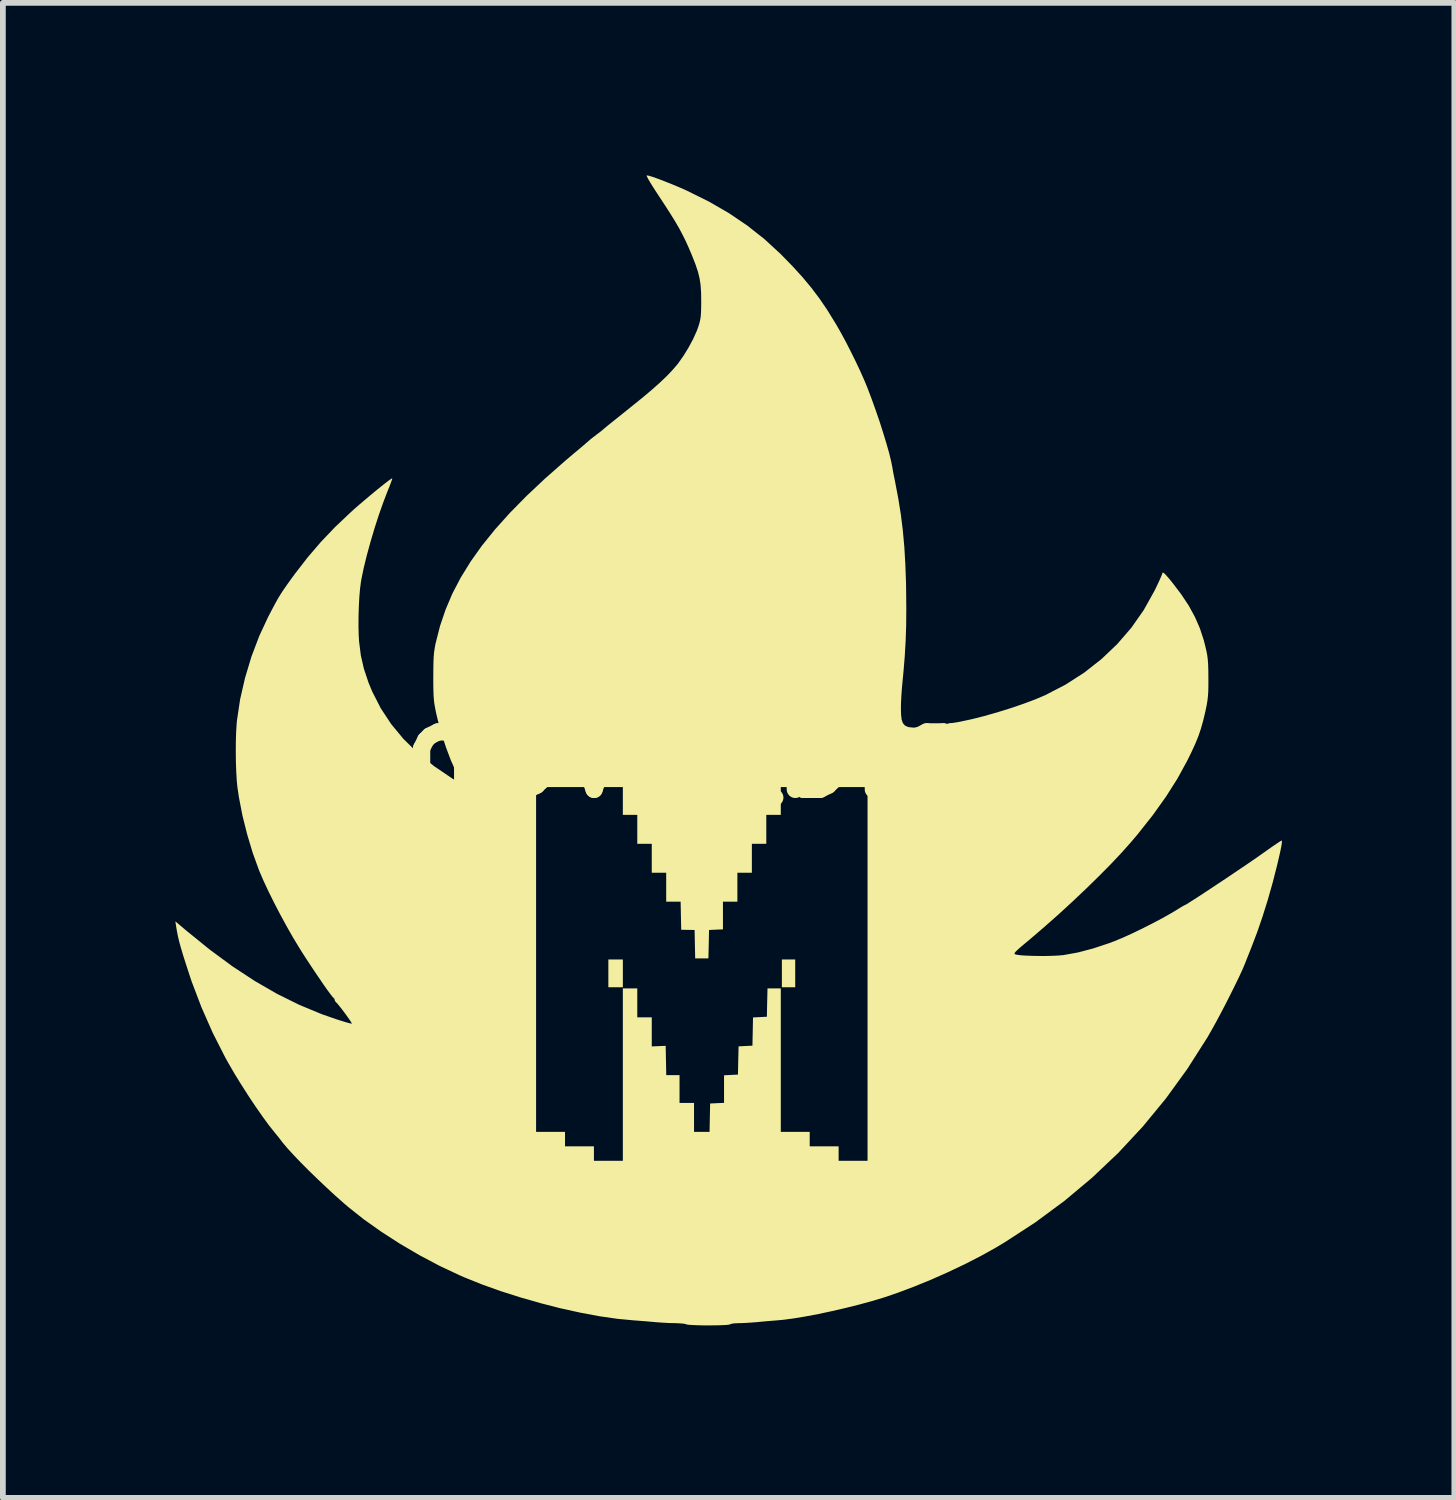
<source format=kicad_pcb>
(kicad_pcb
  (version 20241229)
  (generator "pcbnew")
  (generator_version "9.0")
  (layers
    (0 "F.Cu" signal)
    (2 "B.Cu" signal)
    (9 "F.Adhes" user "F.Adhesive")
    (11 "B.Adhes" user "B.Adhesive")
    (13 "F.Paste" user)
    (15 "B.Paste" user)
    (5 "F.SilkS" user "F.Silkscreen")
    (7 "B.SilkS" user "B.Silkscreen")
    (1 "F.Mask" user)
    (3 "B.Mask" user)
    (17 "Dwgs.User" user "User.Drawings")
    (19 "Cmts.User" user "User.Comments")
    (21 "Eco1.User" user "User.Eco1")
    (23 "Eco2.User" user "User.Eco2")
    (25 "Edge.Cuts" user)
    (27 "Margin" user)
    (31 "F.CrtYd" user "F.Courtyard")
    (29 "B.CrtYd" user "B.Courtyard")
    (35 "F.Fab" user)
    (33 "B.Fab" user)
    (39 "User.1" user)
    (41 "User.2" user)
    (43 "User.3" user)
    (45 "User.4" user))
  (footprint "logov1_bigger"
    (layer "F.Cu")
    (at 9.64 10.001)
    (property "Reference" "logov1_bigger" (at 0 0 0) (layer "F.SilkS") (effects (font (size 1.5 1.5) (thickness 0.3))))
    (attr board_only exclude_from_pos_files exclude_from_bom)
    (fp_poly (pts (xy -1.857 3.879) (xy -1.857 4.12) (xy -1.983 4.12) (xy -2.109 4.12) (xy -2.109 3.879) (xy -2.109 3.637) (xy -1.983 3.637) (xy -1.857 3.637)) (stroke (width 0) (type solid)) (fill yes) (layer "F.SilkS"))
    (fp_poly (pts (xy 1.141 3.879) (xy 1.141 4.12) (xy 1.025 4.12) (xy 0.909 4.12) (xy 0.909 3.879) (xy 0.909 3.637) (xy 1.025 3.637) (xy 1.141 3.637)) (stroke (width 0) (type solid)) (fill yes) (layer "F.SilkS"))
    (fp_poly (pts (xy -1.404 -9.994) (xy -1.338 -9.974) (xy -1.25 -9.943) (xy -1.146 -9.903) (xy -1.033 -9.859) (xy -0.917 -9.811) (xy -0.805 -9.763) (xy -0.742 -9.734) (xy -0.362 -9.546) (xy -0.014 -9.345) (xy 0.307 -9.128) (xy 0.606 -8.892) (xy 0.887 -8.633) (xy 0.901 -8.619) (xy 1.098 -8.417) (xy 1.27 -8.228) (xy 1.423 -8.044) (xy 1.564 -7.857) (xy 1.7 -7.657) (xy 1.836 -7.436) (xy 1.855 -7.405) (xy 1.935 -7.265) (xy 2.022 -7.104) (xy 2.111 -6.93) (xy 2.198 -6.753) (xy 2.278 -6.583) (xy 2.346 -6.429) (xy 2.389 -6.326) (xy 2.466 -6.124) (xy 2.54 -5.918) (xy 2.61 -5.714) (xy 2.673 -5.516) (xy 2.729 -5.332) (xy 2.776 -5.166) (xy 2.81 -5.025) (xy 2.832 -4.914) (xy 2.84 -4.865) (xy 2.854 -4.79) (xy 2.872 -4.704) (xy 2.88 -4.662) (xy 2.934 -4.378) (xy 2.978 -4.104) (xy 3.012 -3.829) (xy 3.038 -3.546) (xy 3.056 -3.246) (xy 3.068 -2.919) (xy 3.07 -2.795) (xy 3.073 -2.476) (xy 3.071 -2.184) (xy 3.062 -1.908) (xy 3.046 -1.636) (xy 3.023 -1.358) (xy 3.007 -1.192) (xy 2.996 -1.073) (xy 2.987 -0.945) (xy 2.981 -0.826) (xy 2.979 -0.732) (xy 2.982 -0.622) (xy 2.992 -0.536) (xy 3.014 -0.473) (xy 3.052 -0.43) (xy 3.109 -0.405) (xy 3.191 -0.396) (xy 3.3 -0.399) (xy 3.442 -0.414) (xy 3.521 -0.425) (xy 3.642 -0.441) (xy 3.764 -0.459) (xy 3.875 -0.476) (xy 3.963 -0.49) (xy 3.995 -0.496) (xy 4.197 -0.539) (xy 4.418 -0.594) (xy 4.65 -0.66) (xy 4.882 -0.732) (xy 5.105 -0.808) (xy 5.309 -0.884) (xy 5.486 -0.959) (xy 5.494 -0.963) (xy 5.844 -1.144) (xy 6.17 -1.354) (xy 6.47 -1.59) (xy 6.744 -1.851) (xy 6.989 -2.135) (xy 7.203 -2.441) (xy 7.385 -2.767) (xy 7.391 -2.778) (xy 7.437 -2.873) (xy 7.476 -2.957) (xy 7.505 -3.023) (xy 7.522 -3.064) (xy 7.525 -3.074) (xy 7.53 -3.092) (xy 7.548 -3.088) (xy 7.58 -3.059) (xy 7.63 -3.003) (xy 7.694 -2.926) (xy 7.855 -2.714) (xy 7.987 -2.515) (xy 8.093 -2.32) (xy 8.179 -2.123) (xy 8.247 -1.916) (xy 8.274 -1.809) (xy 8.294 -1.724) (xy 8.308 -1.649) (xy 8.317 -1.574) (xy 8.323 -1.491) (xy 8.326 -1.388) (xy 8.327 -1.257) (xy 8.327 -1.127) (xy 8.325 -1.024) (xy 8.319 -0.939) (xy 8.31 -0.861) (xy 8.296 -0.779) (xy 8.276 -0.683) (xy 8.272 -0.667) (xy 8.236 -0.514) (xy 8.197 -0.377) (xy 8.153 -0.247) (xy 8.098 -0.112) (xy 8.03 0.036) (xy 7.957 0.184) (xy 7.789 0.491) (xy 7.591 0.803) (xy 7.363 1.123) (xy 7.102 1.453) (xy 6.981 1.596) (xy 6.82 1.777) (xy 6.633 1.976) (xy 6.423 2.188) (xy 6.197 2.409) (xy 5.959 2.634) (xy 5.714 2.859) (xy 5.466 3.078) (xy 5.221 3.288) (xy 5.14 3.355) (xy 5.057 3.425) (xy 5.001 3.475) (xy 4.968 3.508) (xy 4.955 3.53) (xy 4.959 3.543) (xy 4.964 3.546) (xy 5.001 3.556) (xy 5.068 3.564) (xy 5.16 3.57) (xy 5.268 3.574) (xy 5.385 3.576) (xy 5.505 3.576) (xy 5.619 3.573) (xy 5.72 3.568) (xy 5.801 3.561) (xy 5.809 3.56) (xy 6.058 3.515) (xy 6.325 3.445) (xy 6.601 3.353) (xy 6.699 3.316) (xy 6.843 3.256) (xy 7.008 3.181) (xy 7.184 3.096) (xy 7.361 3.006) (xy 7.529 2.917) (xy 7.678 2.833) (xy 7.762 2.783) (xy 7.829 2.741) (xy 7.883 2.709) (xy 7.916 2.691) (xy 7.922 2.689) (xy 7.942 2.679) (xy 7.99 2.649) (xy 8.062 2.603) (xy 8.154 2.544) (xy 8.262 2.473) (xy 8.382 2.394) (xy 8.51 2.309) (xy 8.641 2.222) (xy 8.772 2.134) (xy 8.899 2.048) (xy 9.018 1.968) (xy 9.124 1.895) (xy 9.214 1.832) (xy 9.247 1.809) (xy 9.347 1.738) (xy 9.437 1.675) (xy 9.512 1.624) (xy 9.566 1.588) (xy 9.595 1.569) (xy 9.599 1.568) (xy 9.606 1.579) (xy 9.604 1.617) (xy 9.593 1.683) (xy 9.573 1.78) (xy 9.543 1.91) (xy 9.525 1.987) (xy 9.448 2.29) (xy 9.362 2.594) (xy 9.27 2.888) (xy 9.176 3.162) (xy 9.091 3.385) (xy 9.053 3.483) (xy 9.012 3.585) (xy 8.976 3.676) (xy 8.965 3.705) (xy 8.924 3.802) (xy 8.867 3.927) (xy 8.797 4.071) (xy 8.719 4.229) (xy 8.635 4.395) (xy 8.549 4.56) (xy 8.464 4.719) (xy 8.383 4.865) (xy 8.311 4.991) (xy 8.302 5.005) (xy 7.959 5.543) (xy 7.587 6.056) (xy 7.188 6.541) (xy 6.761 7) (xy 6.306 7.431) (xy 5.824 7.835) (xy 5.315 8.211) (xy 4.78 8.559) (xy 4.614 8.658) (xy 4.367 8.795) (xy 4.092 8.936) (xy 3.801 9.074) (xy 3.502 9.207) (xy 3.205 9.328) (xy 2.921 9.435) (xy 2.689 9.514) (xy 2.479 9.577) (xy 2.253 9.639) (xy 2.017 9.698) (xy 1.779 9.753) (xy 1.546 9.803) (xy 1.323 9.845) (xy 1.119 9.879) (xy 0.94 9.903) (xy 0.832 9.913) (xy 0.745 9.92) (xy 0.637 9.929) (xy 0.529 9.939) (xy 0.493 9.943) (xy 0.39 9.951) (xy 0.283 9.958) (xy 0.189 9.962) (xy 0.161 9.962) (xy 0.091 9.965) (xy 0.037 9.972) (xy 0.01 9.981) (xy 0.01 9.982) (xy -0.013 9.989) (xy -0.067 9.994) (xy -0.145 9.998) (xy -0.24 10) (xy -0.344 10.001) (xy -0.45 10.001) (xy -0.55 9.999) (xy -0.639 9.995) (xy -0.707 9.991) (xy -0.748 9.985) (xy -0.754 9.982) (xy -0.786 9.973) (xy -0.846 9.967) (xy -0.922 9.963) (xy -0.948 9.962) (xy -1.048 9.96) (xy -1.164 9.954) (xy -1.275 9.946) (xy -1.296 9.944) (xy -1.407 9.934) (xy -1.532 9.924) (xy -1.647 9.915) (xy -1.664 9.914) (xy -1.95 9.887) (xy -2.263 9.842) (xy -2.595 9.78) (xy -2.94 9.704) (xy -3.291 9.614) (xy -3.64 9.514) (xy -3.982 9.405) (xy -4.31 9.288) (xy -4.615 9.165) (xy -4.691 9.132) (xy -5.042 8.967) (xy -5.391 8.782) (xy -5.733 8.582) (xy -6.06 8.371) (xy -6.365 8.155) (xy -6.64 7.936) (xy -6.701 7.884) (xy -6.857 7.746) (xy -7.014 7.601) (xy -7.17 7.453) (xy -7.32 7.308) (xy -7.459 7.168) (xy -7.583 7.038) (xy -7.688 6.924) (xy -7.769 6.828) (xy -7.796 6.793) (xy -7.838 6.738) (xy -7.889 6.675) (xy -7.912 6.647) (xy -8.011 6.523) (xy -8.122 6.371) (xy -8.242 6.199) (xy -8.366 6.013) (xy -8.489 5.821) (xy -8.607 5.63) (xy -8.714 5.446) (xy -8.772 5.342) (xy -8.991 4.911) (xy -9.187 4.466) (xy -9.357 4.019) (xy -9.391 3.917) (xy -9.452 3.73) (xy -9.502 3.574) (xy -9.541 3.443) (xy -9.572 3.332) (xy -9.595 3.234) (xy -9.613 3.144) (xy -9.627 3.059) (xy -9.64 2.974) (xy -9.448 3.136) (xy -9.045 3.463) (xy -8.649 3.755) (xy -8.259 4.011) (xy -7.871 4.235) (xy -7.485 4.426) (xy -7.097 4.587) (xy -6.848 4.674) (xy -6.754 4.704) (xy -6.672 4.729) (xy -6.61 4.746) (xy -6.576 4.754) (xy -6.571 4.754) (xy -6.577 4.738) (xy -6.601 4.699) (xy -6.639 4.644) (xy -6.685 4.58) (xy -6.734 4.515) (xy -6.781 4.455) (xy -6.82 4.407) (xy -6.847 4.379) (xy -6.852 4.375) (xy -6.866 4.353) (xy -6.867 4.343) (xy -6.877 4.315) (xy -6.883 4.311) (xy -6.903 4.291) (xy -6.94 4.244) (xy -6.993 4.172) (xy -7.057 4.082) (xy -7.129 3.976) (xy -7.208 3.86) (xy -7.289 3.738) (xy -7.37 3.615) (xy -7.447 3.495) (xy -7.497 3.414) (xy -7.601 3.242) (xy -7.709 3.051) (xy -7.819 2.849) (xy -7.925 2.645) (xy -8.023 2.447) (xy -8.109 2.263) (xy -8.178 2.102) (xy -8.186 2.082) (xy -8.294 1.784) (xy -8.39 1.465) (xy -8.472 1.139) (xy -8.534 0.819) (xy -8.559 0.652) (xy -8.561 0.638) (xy -3.366 0.638) (xy -3.366 3.637) (xy -3.366 6.635) (xy -3.115 6.635) (xy -2.863 6.635) (xy -2.863 6.761) (xy -2.863 6.887) (xy -2.612 6.887) (xy -2.36 6.887) (xy -2.36 7.013) (xy -2.36 7.138) (xy -2.109 7.138) (xy -1.857 7.138) (xy -1.857 5.639) (xy -1.857 4.14) (xy -1.731 4.14) (xy -1.606 4.14) (xy -1.606 4.391) (xy -1.606 4.643) (xy -1.48 4.643) (xy -1.354 4.643) (xy -1.354 4.896) (xy -1.354 5.149) (xy -1.233 5.144) (xy -1.112 5.139) (xy -1.107 5.394) (xy -1.102 5.649) (xy -0.986 5.649) (xy -0.871 5.649) (xy -0.871 5.891) (xy -0.871 6.132) (xy -0.745 6.132) (xy -0.619 6.132) (xy -0.619 6.384) (xy -0.619 6.635) (xy -0.484 6.635) (xy -0.349 6.635) (xy -0.344 6.389) (xy -0.339 6.142) (xy -0.218 6.136) (xy -0.097 6.131) (xy -0.097 5.891) (xy -0.097 5.651) (xy 0.024 5.645) (xy 0.145 5.639) (xy 0.15 5.393) (xy 0.156 5.148) (xy 0.276 5.142) (xy 0.397 5.136) (xy 0.402 4.89) (xy 0.407 4.645) (xy 0.528 4.639) (xy 0.648 4.633) (xy 0.653 4.386) (xy 0.659 4.14) (xy 0.774 4.14) (xy 0.89 4.14) (xy 0.89 5.388) (xy 0.89 6.635) (xy 1.141 6.635) (xy 1.393 6.635) (xy 1.393 6.761) (xy 1.393 6.887) (xy 1.644 6.887) (xy 1.896 6.887) (xy 1.896 7.013) (xy 1.896 7.138) (xy 2.147 7.138) (xy 2.399 7.138) (xy 2.399 3.888) (xy 2.399 0.638) (xy 1.644 0.638) (xy 0.89 0.638) (xy 0.89 0.88) (xy 0.89 1.122) (xy 0.764 1.122) (xy 0.638 1.122) (xy 0.638 1.373) (xy 0.638 1.625) (xy 0.513 1.625) (xy 0.387 1.625) (xy 0.387 1.876) (xy 0.387 2.128) (xy 0.261 2.128) (xy 0.135 2.128) (xy 0.135 2.379) (xy 0.135 2.631) (xy 0.01 2.631) (xy -0.116 2.631) (xy -0.116 2.872) (xy -0.116 3.113) (xy -0.237 3.118) (xy -0.358 3.124) (xy -0.363 3.371) (xy -0.369 3.618) (xy -0.484 3.618) (xy -0.599 3.618) (xy -0.604 3.371) (xy -0.609 3.124) (xy -0.725 3.122) (xy -0.842 3.12) (xy -0.847 2.876) (xy -0.852 2.631) (xy -0.978 2.631) (xy -1.103 2.631) (xy -1.103 2.379) (xy -1.103 2.128) (xy -1.228 2.128) (xy -1.354 2.128) (xy -1.354 1.876) (xy -1.354 1.625) (xy -1.48 1.625) (xy -1.606 1.625) (xy -1.606 1.373) (xy -1.606 1.122) (xy -1.731 1.122) (xy -1.857 1.122) (xy -1.857 0.88) (xy -1.857 0.638) (xy -2.612 0.638) (xy -3.366 0.638) (xy -8.561 0.638) (xy -8.572 0.527) (xy -8.581 0.374) (xy -8.587 0.203) (xy -8.589 0.023) (xy -8.588 -0.154) (xy -8.583 -0.32) (xy -8.574 -0.463) (xy -8.569 -0.518) (xy -8.514 -0.886) (xy -8.428 -1.261) (xy -8.316 -1.633) (xy -8.18 -1.991) (xy -8.029 -2.315) (xy -7.961 -2.446) (xy -7.905 -2.551) (xy -7.857 -2.638) (xy -7.81 -2.715) (xy -7.761 -2.79) (xy -7.704 -2.872) (xy -7.634 -2.97) (xy -7.561 -3.07) (xy -7.338 -3.358) (xy -7.109 -3.625) (xy -6.865 -3.881) (xy -6.596 -4.136) (xy -6.529 -4.197) (xy -6.444 -4.271) (xy -6.35 -4.351) (xy -6.254 -4.432) (xy -6.159 -4.511) (xy -6.07 -4.583) (xy -5.992 -4.645) (xy -5.929 -4.693) (xy -5.886 -4.723) (xy -5.867 -4.732) (xy -5.867 -4.732) (xy -5.871 -4.713) (xy -5.888 -4.665) (xy -5.914 -4.595) (xy -5.948 -4.512) (xy -5.949 -4.509) (xy -6.025 -4.311) (xy -6.102 -4.092) (xy -6.177 -3.86) (xy -6.247 -3.623) (xy -6.31 -3.393) (xy -6.363 -3.177) (xy -6.403 -2.984) (xy -6.411 -2.94) (xy -6.427 -2.819) (xy -6.44 -2.669) (xy -6.449 -2.501) (xy -6.454 -2.327) (xy -6.455 -2.155) (xy -6.451 -1.998) (xy -6.445 -1.896) (xy -6.414 -1.651) (xy -6.36 -1.416) (xy -6.281 -1.18) (xy -6.217 -1.025) (xy -6.068 -0.733) (xy -5.887 -0.458) (xy -5.673 -0.199) (xy -5.424 0.045) (xy -5.141 0.274) (xy -4.823 0.49) (xy -4.777 0.518) (xy -4.65 0.595) (xy -4.761 0.368) (xy -4.849 0.171) (xy -4.933 -0.052) (xy -5.01 -0.286) (xy -5.074 -0.52) (xy -5.102 -0.638) (xy -5.12 -0.726) (xy -5.134 -0.803) (xy -5.143 -0.876) (xy -5.149 -0.955) (xy -5.152 -1.048) (xy -5.154 -1.165) (xy -5.154 -1.277) (xy -5.153 -1.421) (xy -5.151 -1.536) (xy -5.147 -1.628) (xy -5.14 -1.707) (xy -5.129 -1.78) (xy -5.115 -1.856) (xy -5.11 -1.876) (xy -5.036 -2.166) (xy -4.94 -2.449) (xy -4.821 -2.729) (xy -4.676 -3.006) (xy -4.505 -3.283) (xy -4.307 -3.562) (xy -4.079 -3.844) (xy -3.821 -4.131) (xy -3.531 -4.426) (xy -3.209 -4.729) (xy -2.851 -5.044) (xy -2.708 -5.165) (xy -2.623 -5.236) (xy -2.548 -5.299) (xy -2.489 -5.35) (xy -2.451 -5.383) (xy -2.437 -5.395) (xy -2.418 -5.412) (xy -2.376 -5.445) (xy -2.321 -5.486) (xy -2.32 -5.488) (xy -2.261 -5.532) (xy -2.212 -5.571) (xy -2.184 -5.595) (xy -2.162 -5.614) (xy -2.115 -5.653) (xy -2.044 -5.71) (xy -1.956 -5.78) (xy -1.854 -5.862) (xy -1.743 -5.951) (xy -1.722 -5.968) (xy -1.525 -6.127) (xy -1.357 -6.268) (xy -1.215 -6.394) (xy -1.095 -6.508) (xy -0.995 -6.613) (xy -0.91 -6.712) (xy -0.887 -6.742) (xy -0.798 -6.869) (xy -0.711 -7.012) (xy -0.633 -7.158) (xy -0.571 -7.295) (xy -0.547 -7.361) (xy -0.527 -7.425) (xy -0.513 -7.481) (xy -0.503 -7.54) (xy -0.498 -7.61) (xy -0.495 -7.701) (xy -0.494 -7.815) (xy -0.496 -7.966) (xy -0.505 -8.095) (xy -0.523 -8.212) (xy -0.552 -8.329) (xy -0.595 -8.457) (xy -0.654 -8.606) (xy -0.662 -8.626) (xy -0.715 -8.751) (xy -0.767 -8.865) (xy -0.822 -8.975) (xy -0.881 -9.086) (xy -0.95 -9.204) (xy -1.031 -9.335) (xy -1.128 -9.486) (xy -1.243 -9.661) (xy -1.258 -9.684) (xy -1.327 -9.79) (xy -1.382 -9.879) (xy -1.421 -9.946) (xy -1.441 -9.988) (xy -1.441 -10.001)) (stroke (width 0) (type solid)) (fill yes) (layer "F.SilkS")))
  (gr_rect
    (start -3 -3)
    (end 22.245 23.002)
    (stroke (width 0.1) (type default))
    (fill no)
    (layer "Edge.Cuts")))
</source>
